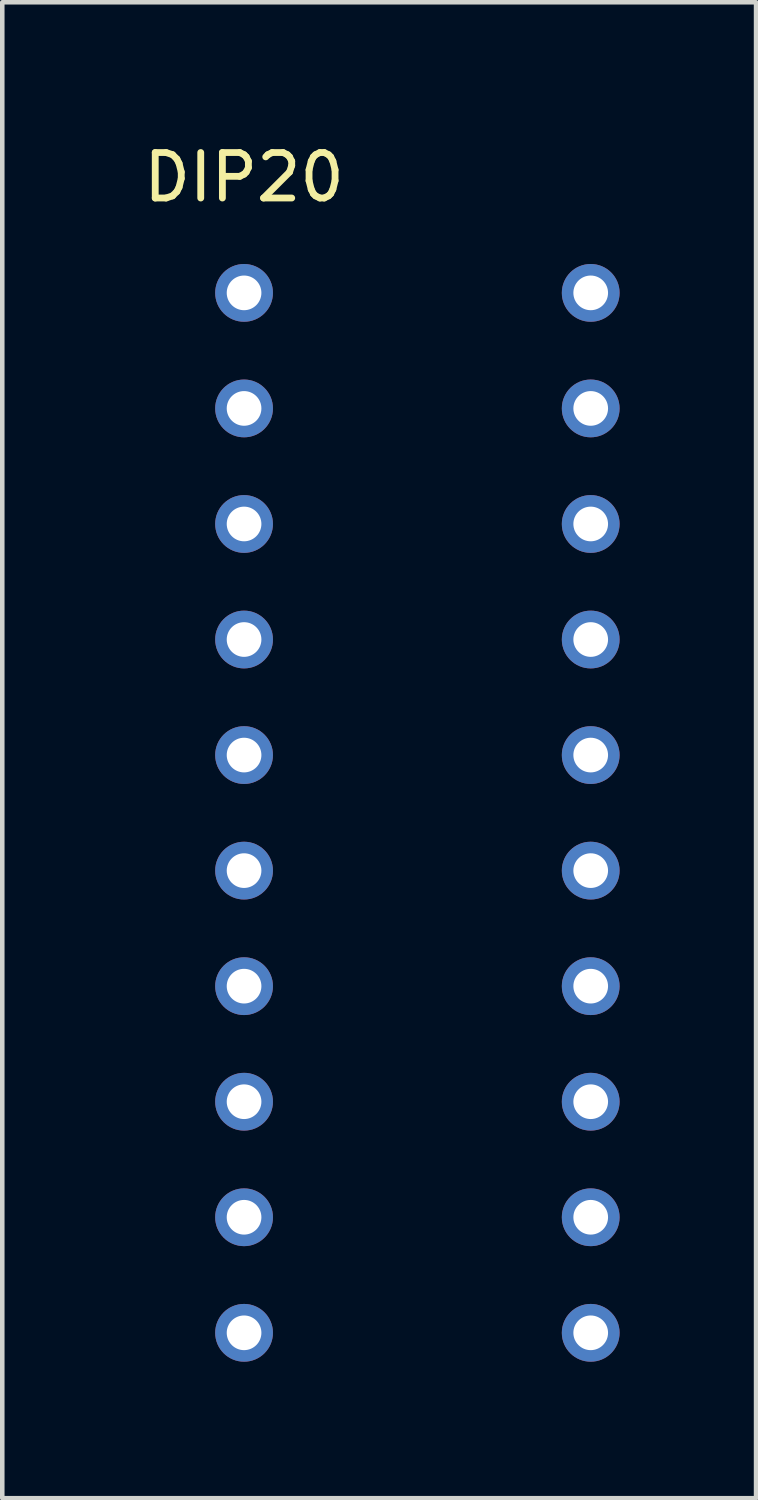
<source format=kicad_pcb>
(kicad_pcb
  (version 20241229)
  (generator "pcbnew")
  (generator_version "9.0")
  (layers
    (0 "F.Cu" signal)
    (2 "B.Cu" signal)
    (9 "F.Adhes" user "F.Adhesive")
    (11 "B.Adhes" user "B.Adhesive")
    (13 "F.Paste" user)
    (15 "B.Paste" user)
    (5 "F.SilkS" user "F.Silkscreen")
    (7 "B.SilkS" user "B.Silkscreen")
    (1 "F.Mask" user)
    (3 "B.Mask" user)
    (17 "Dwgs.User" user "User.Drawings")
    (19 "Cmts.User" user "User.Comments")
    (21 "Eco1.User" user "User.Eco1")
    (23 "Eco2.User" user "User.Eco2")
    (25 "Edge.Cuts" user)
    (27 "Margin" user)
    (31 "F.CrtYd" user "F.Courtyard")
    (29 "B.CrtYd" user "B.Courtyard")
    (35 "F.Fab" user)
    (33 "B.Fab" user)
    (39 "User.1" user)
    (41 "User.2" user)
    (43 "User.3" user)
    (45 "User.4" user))
  (footprint "DIP20"
    (layer "F.Cu")
    (at 2.315 3.388)
    (property "Reference" "DIP20" (at 0 -2.54 0) (unlocked yes) (layer "F.SilkS") (effects (font (size 1 1) (thickness 0.15))))
    (attr through_hole)
    (pad "1" thru_hole circle (at 0 0) (size 1.27 1.27) (drill 0.762) (layers "*.Cu" "*.Mask"))
    (pad "2" thru_hole circle (at 0 2.54) (size 1.27 1.27) (drill 0.762) (layers "*.Cu" "*.Mask"))
    (pad "3" thru_hole circle (at 0 5.08) (size 1.27 1.27) (drill 0.762) (layers "*.Cu" "*.Mask"))
    (pad "4" thru_hole circle (at 0 7.62) (size 1.27 1.27) (drill 0.762) (layers "*.Cu" "*.Mask"))
    (pad "5" thru_hole circle (at 0 10.16) (size 1.27 1.27) (drill 0.762) (layers "*.Cu" "*.Mask"))
    (pad "6" thru_hole circle (at 0 12.7) (size 1.27 1.27) (drill 0.762) (layers "*.Cu" "*.Mask"))
    (pad "7" thru_hole circle (at 0 15.24) (size 1.27 1.27) (drill 0.762) (layers "*.Cu" "*.Mask"))
    (pad "8" thru_hole circle (at 0 17.78) (size 1.27 1.27) (drill 0.762) (layers "*.Cu" "*.Mask"))
    (pad "9" thru_hole circle (at 0 20.32) (size 1.27 1.27) (drill 0.762) (layers "*.Cu" "*.Mask"))
    (pad "10" thru_hole circle (at 0 22.86) (size 1.27 1.27) (drill 0.762) (layers "*.Cu" "*.Mask"))
    (pad "11" thru_hole circle (at 7.62 22.86) (size 1.27 1.27) (drill 0.762) (layers "*.Cu" "*.Mask"))
    (pad "12" thru_hole circle (at 7.62 20.32) (size 1.27 1.27) (drill 0.762) (layers "*.Cu" "*.Mask"))
    (pad "13" thru_hole circle (at 7.62 17.78) (size 1.27 1.27) (drill 0.762) (layers "*.Cu" "*.Mask"))
    (pad "14" thru_hole circle (at 7.62 15.24) (size 1.27 1.27) (drill 0.762) (layers "*.Cu" "*.Mask"))
    (pad "15" thru_hole circle (at 7.62 12.7) (size 1.27 1.27) (drill 0.762) (layers "*.Cu" "*.Mask"))
    (pad "16" thru_hole circle (at 7.62 10.16) (size 1.27 1.27) (drill 0.762) (layers "*.Cu" "*.Mask"))
    (pad "17" thru_hole circle (at 7.62 7.62) (size 1.27 1.27) (drill 0.762) (layers "*.Cu" "*.Mask"))
    (pad "18" thru_hole circle (at 7.62 5.08) (size 1.27 1.27) (drill 0.762) (layers "*.Cu" "*.Mask"))
    (pad "19" thru_hole circle (at 7.62 2.54) (size 1.27 1.27) (drill 0.762) (layers "*.Cu" "*.Mask"))
    (pad "20" thru_hole circle (at 7.62 0) (size 1.27 1.27) (drill 0.762) (layers "*.Cu" "*.Mask")))
  (gr_rect
    (start -3 -3)
    (end 13.57 29.883)
    (stroke (width 0.1) (type default))
    (fill no)
    (layer "Edge.Cuts")))
</source>
